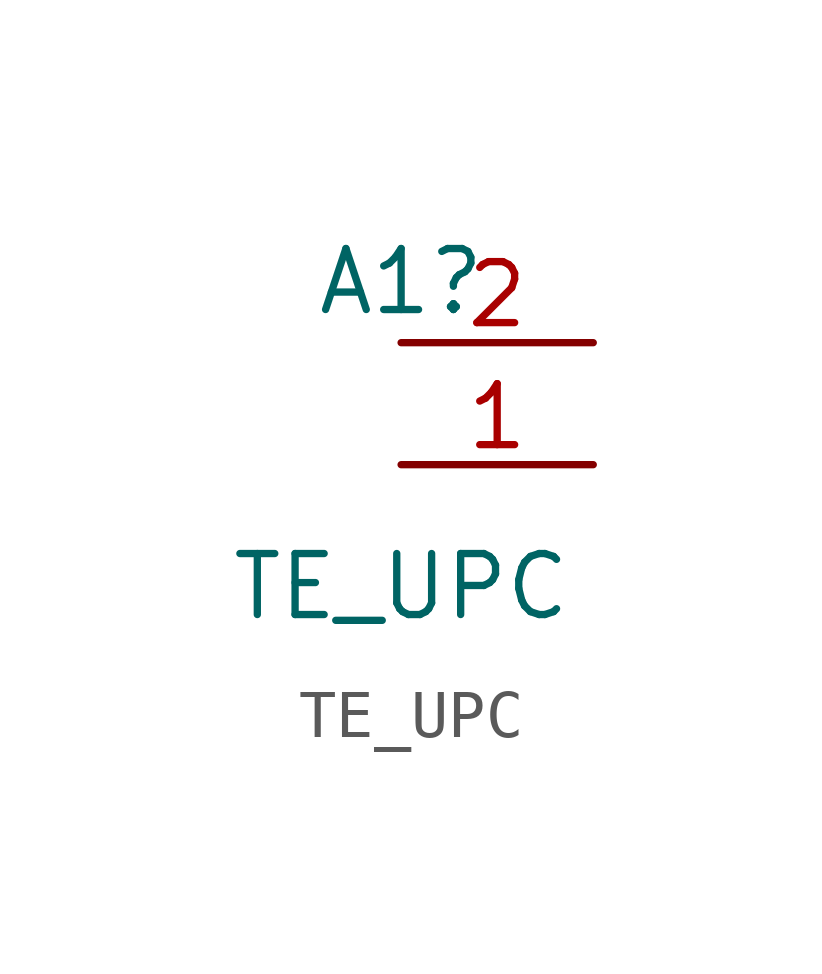
<source format=kicad_sym>
(kicad_symbol_lib
  (version 20211014)
  (generator kicad_symbol_editor)
  (symbol "TE_UPC"
    (pin_names
      (offset 1.016) hide)
    (property "Reference" "A1"
      (at 0 2.54 0)
      (effects (font (size 1.27 1.27))))
    (property "Value" "TE_UPC"
      (at 0 -3.81 0)
      (effects (font (size 1.27 1.27))))
    (symbol "TE_UPC_1_1"
      (pin bidirectional line (at 0 -1.27 0) (length 4) (name "HV_-" (effects (font (size 1.27 1.27)))) (number "1" (effects (font (size 1.27 1.27)))))
      (pin bidirectional line (at 0 1.27 0) (length 4) (name "HV+" (effects (font (size 1.27 1.27)))) (number "2" (effects (font (size 1.27 1.27))))))))
</source>
